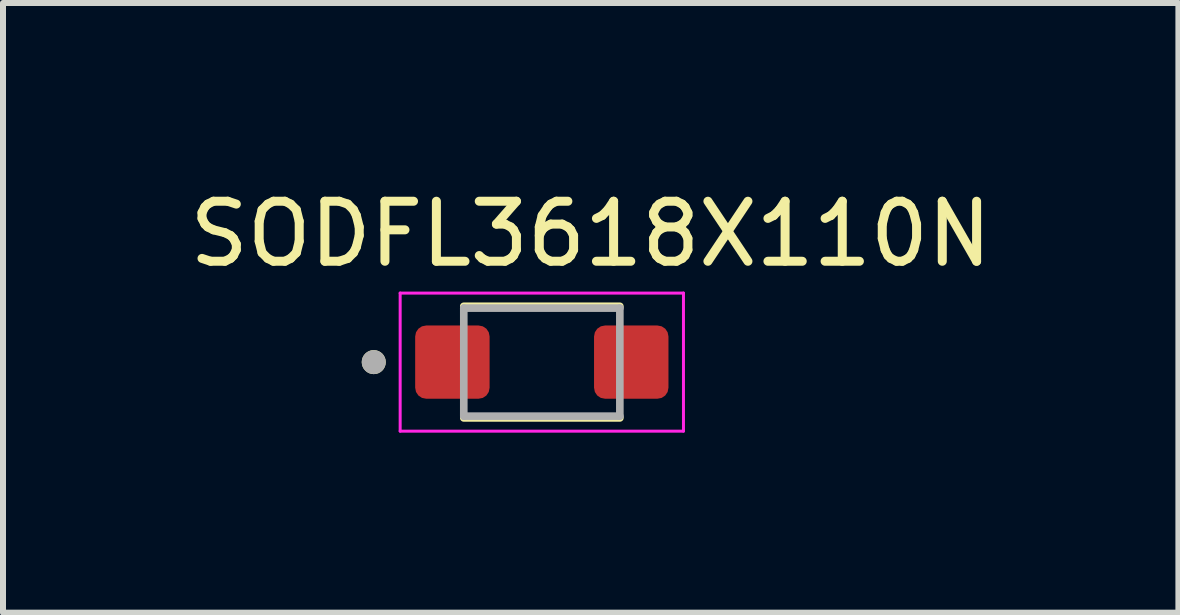
<source format=kicad_pcb>
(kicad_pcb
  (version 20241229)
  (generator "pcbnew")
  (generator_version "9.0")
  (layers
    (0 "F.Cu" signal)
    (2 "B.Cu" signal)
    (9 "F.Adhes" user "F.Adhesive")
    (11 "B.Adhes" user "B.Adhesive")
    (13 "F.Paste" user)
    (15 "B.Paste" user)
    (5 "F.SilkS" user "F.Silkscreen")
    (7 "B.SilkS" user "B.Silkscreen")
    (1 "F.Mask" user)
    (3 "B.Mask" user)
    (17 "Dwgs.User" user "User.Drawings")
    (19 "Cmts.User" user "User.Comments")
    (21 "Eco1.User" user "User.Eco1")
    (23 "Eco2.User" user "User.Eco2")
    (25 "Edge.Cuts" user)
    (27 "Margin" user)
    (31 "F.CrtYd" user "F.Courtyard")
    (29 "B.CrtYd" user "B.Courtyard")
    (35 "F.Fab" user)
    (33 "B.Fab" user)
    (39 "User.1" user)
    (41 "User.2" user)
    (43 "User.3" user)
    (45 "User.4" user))
  (footprint "SODFL3618X110N"
    (layer "F.Cu")
    (at 5.977 2.983)
    (property "Reference" "SODFL3618X110N" (at 0.815 -2.135 0) (layer "F.SilkS") (effects (font (size 1 1) (thickness 0.15))))
    (attr smd)
    (fp_line (start -1.3 -0.93) (end 1.3 -0.93) (stroke (width 0.127) (type solid)) (layer "F.SilkS"))
    (fp_line (start -1.3 0.93) (end 1.3 0.93) (stroke (width 0.127) (type solid)) (layer "F.SilkS"))
    (fp_circle (center -2.8 0) (end -2.7 0) (stroke (width 0.2) (type solid)) (fill no) (layer "F.SilkS"))
    (fp_line (start -2.36 -1.15) (end -2.36 1.15) (stroke (width 0.05) (type solid)) (layer "F.CrtYd"))
    (fp_line (start -2.36 1.15) (end 2.36 1.15) (stroke (width 0.05) (type solid)) (layer "F.CrtYd"))
    (fp_line (start 2.36 -1.15) (end -2.36 -1.15) (stroke (width 0.05) (type solid)) (layer "F.CrtYd"))
    (fp_line (start 2.36 1.15) (end 2.36 -1.15) (stroke (width 0.05) (type solid)) (layer "F.CrtYd"))
    (fp_line (start -1.3 -0.9) (end 1.3 -0.9) (stroke (width 0.127) (type solid)) (layer "F.Fab"))
    (fp_line (start -1.3 0.9) (end -1.3 -0.9) (stroke (width 0.127) (type solid)) (layer "F.Fab"))
    (fp_line (start 1.3 -0.9) (end 1.3 0.9) (stroke (width 0.127) (type solid)) (layer "F.Fab"))
    (fp_line (start 1.3 0.9) (end -1.3 0.9) (stroke (width 0.127) (type solid)) (layer "F.Fab"))
    (fp_circle (center -2.8 0) (end -2.7 0) (stroke (width 0.2) (type solid)) (fill no) (layer "F.Fab"))
    (pad "1" smd roundrect (at -1.49 0) (size 1.24 1.22) (layers "F.Cu" "F.Mask" "F.Paste") (roundrect_rratio 0.15))
    (pad "2" smd roundrect (at 1.49 0) (size 1.24 1.22) (layers "F.Cu" "F.Mask" "F.Paste") (roundrect_rratio 0.15)))
  (gr_rect
    (start -3 -3)
    (end 16.583 7.158)
    (stroke (width 0.1) (type default))
    (fill no)
    (layer "Edge.Cuts")))
</source>
